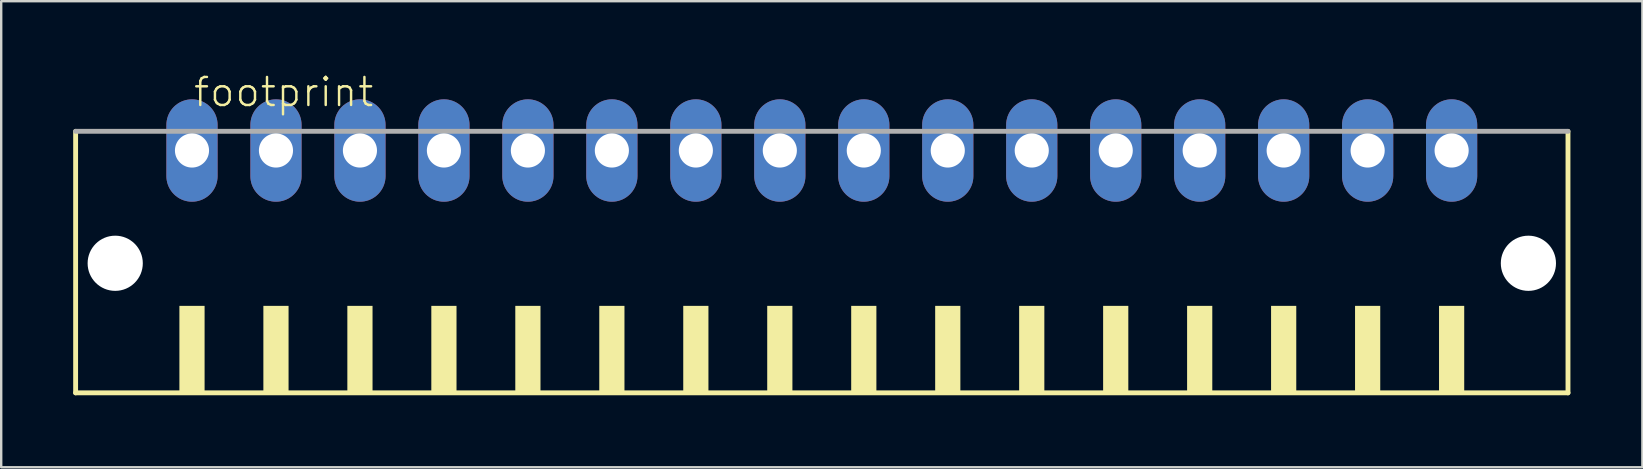
<source format=kicad_pcb>
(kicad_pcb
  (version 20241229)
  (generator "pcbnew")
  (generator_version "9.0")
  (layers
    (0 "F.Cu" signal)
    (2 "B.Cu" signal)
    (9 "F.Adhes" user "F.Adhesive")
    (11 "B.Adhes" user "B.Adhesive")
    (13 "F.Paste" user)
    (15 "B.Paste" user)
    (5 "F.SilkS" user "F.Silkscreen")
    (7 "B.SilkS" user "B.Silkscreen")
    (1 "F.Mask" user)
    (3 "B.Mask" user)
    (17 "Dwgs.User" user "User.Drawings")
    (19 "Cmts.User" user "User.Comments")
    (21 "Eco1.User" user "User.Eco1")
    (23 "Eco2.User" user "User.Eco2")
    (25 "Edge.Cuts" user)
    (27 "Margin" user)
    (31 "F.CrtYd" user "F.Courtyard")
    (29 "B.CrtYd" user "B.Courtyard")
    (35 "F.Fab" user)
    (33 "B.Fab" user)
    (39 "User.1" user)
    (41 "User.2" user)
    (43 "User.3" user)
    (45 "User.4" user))
  (footprint "footprint"
    (layer "F.Cu")
    (at 31.202 8.473)
    (property "Reference" "footprint" (at -26.25 -7 0) (layer "F.SilkS") (effects (font (size 1.168 1.168) (thickness 0.102)) (justify left bottom)))
    (fp_line (start -31.1 -6.05) (end -31.1 4.85) (stroke (width 0.203) (type solid)) (layer "F.SilkS"))
    (fp_line (start -31.1 4.85) (end 31.1 4.85) (stroke (width 0.203) (type solid)) (layer "F.SilkS"))
    (fp_line (start 31.1 4.85) (end 31.1 -6.05) (stroke (width 0.203) (type solid)) (layer "F.SilkS"))
    (fp_poly (pts (xy -26.775 4.9) (xy -25.725 4.9) (xy -25.725 1.225) (xy -26.775 1.225)) (stroke (width 0) (type solid)) (fill yes) (layer "F.SilkS"))
    (fp_poly (pts (xy -23.275 4.9) (xy -22.225 4.9) (xy -22.225 1.225) (xy -23.275 1.225)) (stroke (width 0) (type solid)) (fill yes) (layer "F.SilkS"))
    (fp_poly (pts (xy -19.775 4.9) (xy -18.725 4.9) (xy -18.725 1.225) (xy -19.775 1.225)) (stroke (width 0) (type solid)) (fill yes) (layer "F.SilkS"))
    (fp_poly (pts (xy -16.275 4.9) (xy -15.225 4.9) (xy -15.225 1.225) (xy -16.275 1.225)) (stroke (width 0) (type solid)) (fill yes) (layer "F.SilkS"))
    (fp_poly (pts (xy -12.775 4.9) (xy -11.725 4.9) (xy -11.725 1.225) (xy -12.775 1.225)) (stroke (width 0) (type solid)) (fill yes) (layer "F.SilkS"))
    (fp_poly (pts (xy -9.275 4.9) (xy -8.225 4.9) (xy -8.225 1.225) (xy -9.275 1.225)) (stroke (width 0) (type solid)) (fill yes) (layer "F.SilkS"))
    (fp_poly (pts (xy -5.775 4.9) (xy -4.725 4.9) (xy -4.725 1.225) (xy -5.775 1.225)) (stroke (width 0) (type solid)) (fill yes) (layer "F.SilkS"))
    (fp_poly (pts (xy -2.275 4.9) (xy -1.225 4.9) (xy -1.225 1.225) (xy -2.275 1.225)) (stroke (width 0) (type solid)) (fill yes) (layer "F.SilkS"))
    (fp_poly (pts (xy 1.225 4.9) (xy 2.275 4.9) (xy 2.275 1.225) (xy 1.225 1.225)) (stroke (width 0) (type solid)) (fill yes) (layer "F.SilkS"))
    (fp_poly (pts (xy 4.725 4.9) (xy 5.775 4.9) (xy 5.775 1.225) (xy 4.725 1.225)) (stroke (width 0) (type solid)) (fill yes) (layer "F.SilkS"))
    (fp_poly (pts (xy 8.225 4.9) (xy 9.275 4.9) (xy 9.275 1.225) (xy 8.225 1.225)) (stroke (width 0) (type solid)) (fill yes) (layer "F.SilkS"))
    (fp_poly (pts (xy 11.725 4.9) (xy 12.775 4.9) (xy 12.775 1.225) (xy 11.725 1.225)) (stroke (width 0) (type solid)) (fill yes) (layer "F.SilkS"))
    (fp_poly (pts (xy 15.225 4.9) (xy 16.275 4.9) (xy 16.275 1.225) (xy 15.225 1.225)) (stroke (width 0) (type solid)) (fill yes) (layer "F.SilkS"))
    (fp_poly (pts (xy 18.725 4.9) (xy 19.775 4.9) (xy 19.775 1.225) (xy 18.725 1.225)) (stroke (width 0) (type solid)) (fill yes) (layer "F.SilkS"))
    (fp_poly (pts (xy 22.225 4.9) (xy 23.275 4.9) (xy 23.275 1.225) (xy 22.225 1.225)) (stroke (width 0) (type solid)) (fill yes) (layer "F.SilkS"))
    (fp_poly (pts (xy 25.725 4.9) (xy 26.775 4.9) (xy 26.775 1.225) (xy 25.725 1.225)) (stroke (width 0) (type solid)) (fill yes) (layer "F.SilkS"))
    (fp_line (start 31.1 -6.05) (end -31.1 -6.05) (stroke (width 0.203) (type solid)) (layer "F.Fab"))
    (pad "" np_thru_hole circle (at -29.45 -0.55) (size 2.3 2.3) (drill 2.3) (layers "*.Cu" "*.Mask"))
    (pad "" np_thru_hole circle (at 29.45 -0.55) (size 2.3 2.3) (drill 2.3) (layers "*.Cu" "*.Mask"))
    (pad "1" thru_hole oval (at -26.25 -5.25 90) (size 4.267 2.134) (drill 1.422) (layers "*.Cu" "*.Mask"))
    (pad "2" thru_hole oval (at -22.75 -5.25 90) (size 4.267 2.134) (drill 1.422) (layers "*.Cu" "*.Mask"))
    (pad "3" thru_hole oval (at -19.25 -5.25 90) (size 4.267 2.134) (drill 1.422) (layers "*.Cu" "*.Mask"))
    (pad "4" thru_hole oval (at -15.75 -5.25 90) (size 4.267 2.134) (drill 1.422) (layers "*.Cu" "*.Mask"))
    (pad "5" thru_hole oval (at -12.25 -5.25 90) (size 4.267 2.134) (drill 1.422) (layers "*.Cu" "*.Mask"))
    (pad "6" thru_hole oval (at -8.75 -5.25 90) (size 4.267 2.134) (drill 1.422) (layers "*.Cu" "*.Mask"))
    (pad "7" thru_hole oval (at -5.25 -5.25 90) (size 4.267 2.134) (drill 1.422) (layers "*.Cu" "*.Mask"))
    (pad "8" thru_hole oval (at -1.75 -5.25 90) (size 4.267 2.134) (drill 1.422) (layers "*.Cu" "*.Mask"))
    (pad "9" thru_hole oval (at 1.75 -5.25 90) (size 4.267 2.134) (drill 1.422) (layers "*.Cu" "*.Mask"))
    (pad "10" thru_hole oval (at 5.25 -5.25 90) (size 4.267 2.134) (drill 1.422) (layers "*.Cu" "*.Mask"))
    (pad "11" thru_hole oval (at 8.75 -5.25 90) (size 4.267 2.134) (drill 1.422) (layers "*.Cu" "*.Mask"))
    (pad "12" thru_hole oval (at 12.25 -5.25 90) (size 4.267 2.134) (drill 1.422) (layers "*.Cu" "*.Mask"))
    (pad "13" thru_hole oval (at 15.75 -5.25 90) (size 4.267 2.134) (drill 1.422) (layers "*.Cu" "*.Mask"))
    (pad "14" thru_hole oval (at 19.25 -5.25 90) (size 4.267 2.134) (drill 1.422) (layers "*.Cu" "*.Mask"))
    (pad "15" thru_hole oval (at 22.75 -5.25 90) (size 4.267 2.134) (drill 1.422) (layers "*.Cu" "*.Mask"))
    (pad "16" thru_hole oval (at 26.25 -5.25 90) (size 4.267 2.134) (drill 1.422) (layers "*.Cu" "*.Mask")))
  (gr_rect
    (start -3 -3)
    (end 65.403 16.425)
    (stroke (width 0.1) (type default))
    (fill no)
    (layer "Edge.Cuts")))
</source>
